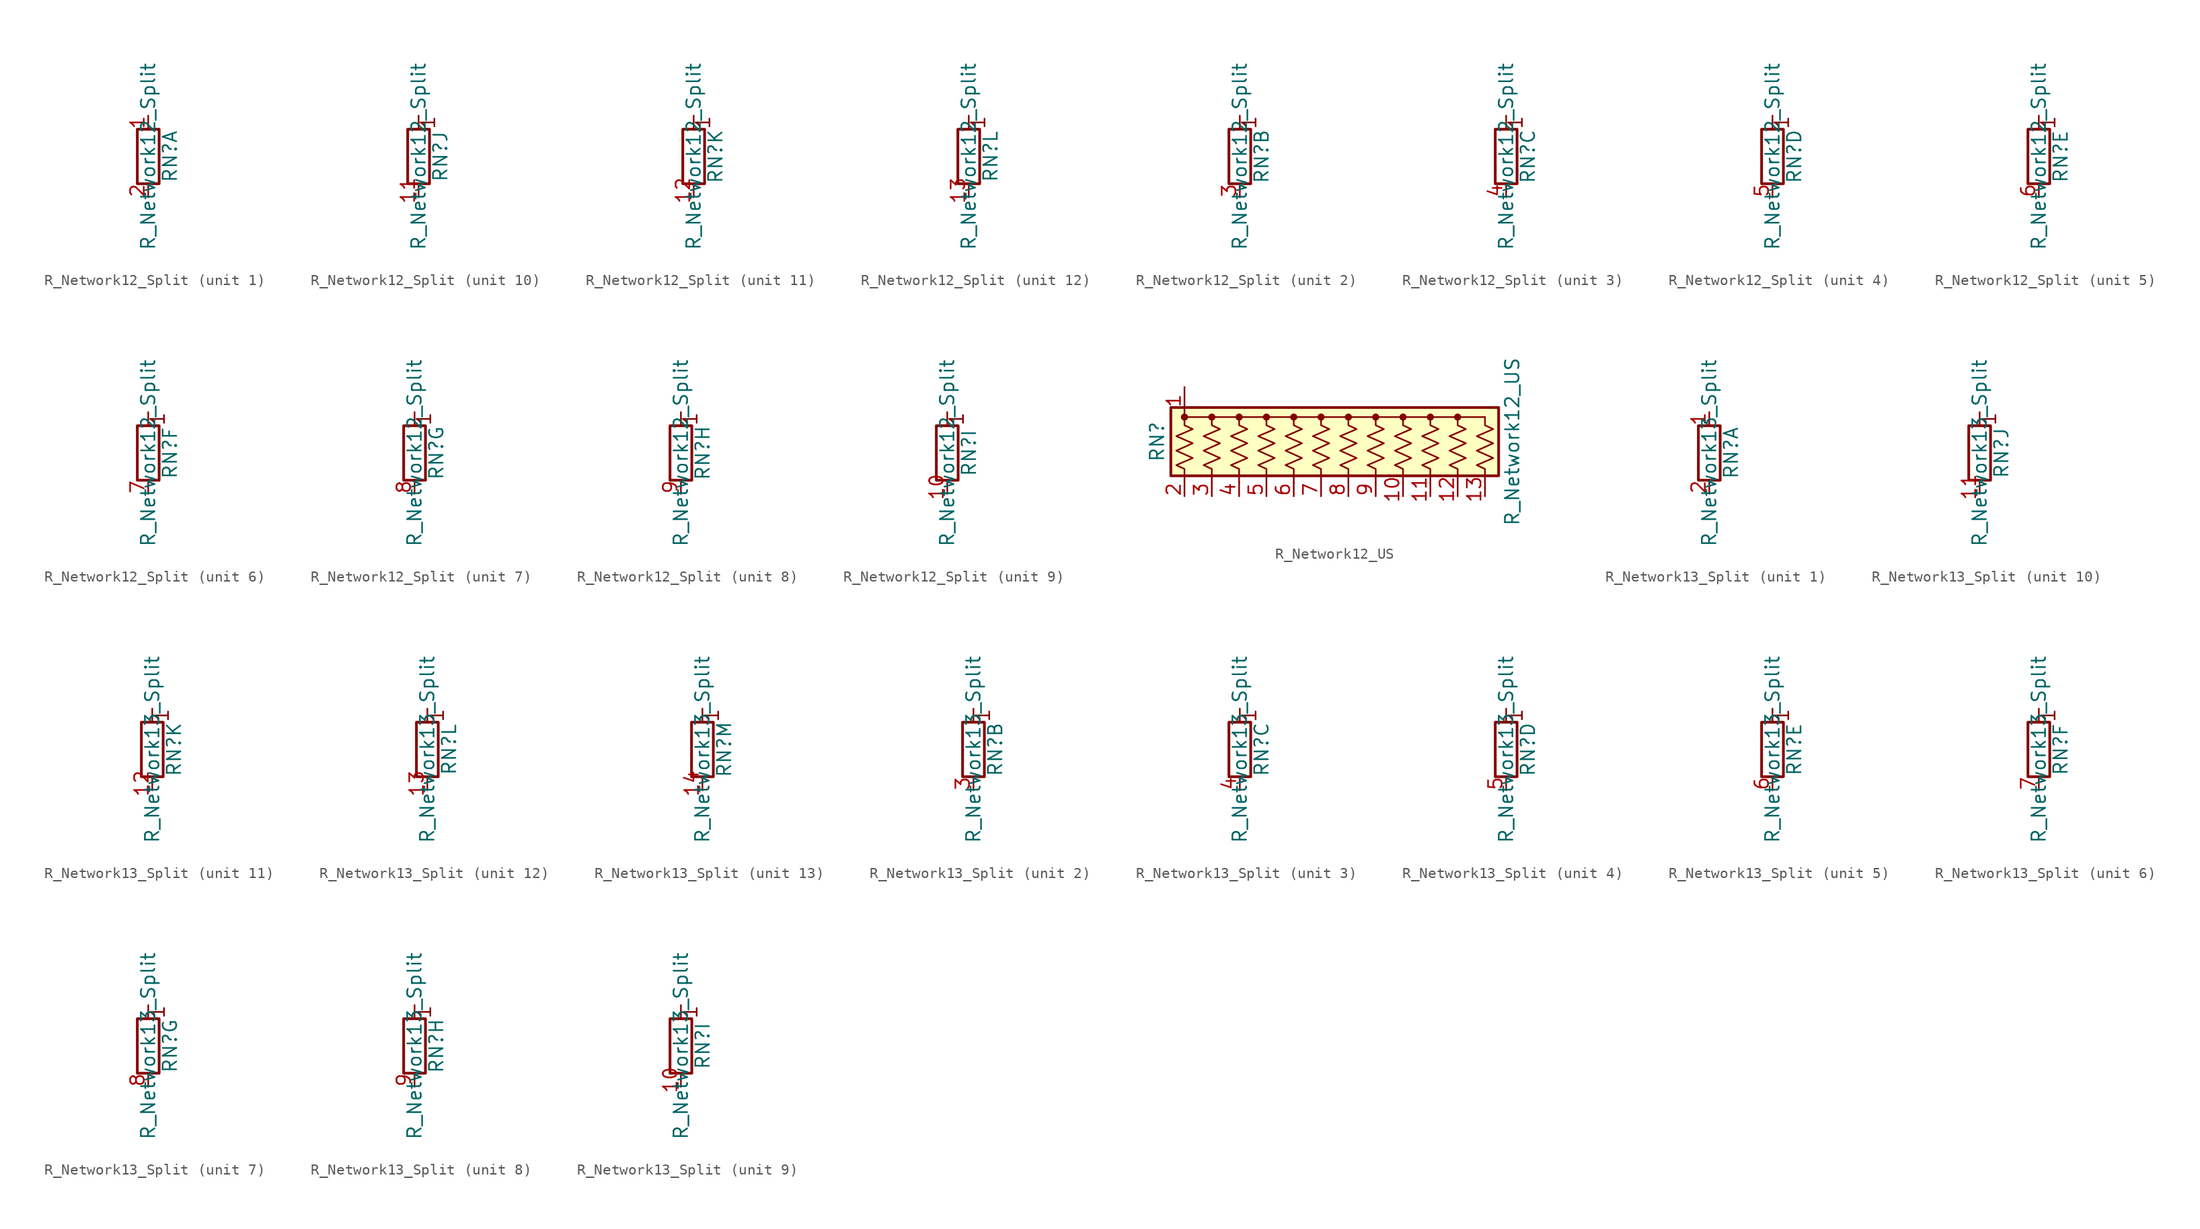
<source format=kicad_sym>
(kicad_symbol_lib
  (version 20201005)
  (generator kicad_symbol_editor)
  (symbol "R_Network12_Split"
    (pin_names
      (offset 0) hide)
    (property "Reference" "RN"
      (at 2.032 0 90)
      (effects (font (size 1.27 1.27))))
    (property "Value" "R_Network12_Split"
      (at 0 0 90)
      (effects (font (size 1.27 1.27))))
    (symbol "R_Network12_Split_0_1"
      (rectangle (start 1.016 2.54) (end -1.016 -2.54) (stroke (width 0.254)) (fill (type none))))
    (symbol "R_Network12_Split_1_1"
      (pin passive line (at 0 3.81 270) (length 1.27) (name "R1.1" (effects (font (size 1.27 1.27)))) (number "1" (effects (font (size 1.27 1.27)))))
      (pin passive line (at 0 -3.81 90) (length 1.27) (name "R1.2" (effects (font (size 1.27 1.27)))) (number "2" (effects (font (size 1.27 1.27))))))
    (symbol "R_Network12_Split_2_1"
      (text "1" (at 0.889 3.175 900) (effects (font (size 1.27 1.27))))
      (polyline (pts (xy 0 2.54) (xy 0 3.81)) (stroke (width 0)) (fill (type none)))
      (pin passive line (at 0 -3.81 90) (length 1.27) (name "R2.2" (effects (font (size 1.27 1.27)))) (number "3" (effects (font (size 1.27 1.27))))))
    (symbol "R_Network12_Split_3_1"
      (text "1" (at 0.889 3.175 900) (effects (font (size 1.27 1.27))))
      (polyline (pts (xy 0 2.54) (xy 0 3.81)) (stroke (width 0)) (fill (type none)))
      (pin passive line (at 0 -3.81 90) (length 1.27) (name "R3.2" (effects (font (size 1.27 1.27)))) (number "4" (effects (font (size 1.27 1.27))))))
    (symbol "R_Network12_Split_4_1"
      (text "1" (at 0.889 3.175 900) (effects (font (size 1.27 1.27))))
      (polyline (pts (xy 0 2.54) (xy 0 3.81)) (stroke (width 0)) (fill (type none)))
      (pin passive line (at 0 -3.81 90) (length 1.27) (name "R4.2" (effects (font (size 1.27 1.27)))) (number "5" (effects (font (size 1.27 1.27))))))
    (symbol "R_Network12_Split_5_1"
      (text "1" (at 0.889 3.175 900) (effects (font (size 1.27 1.27))))
      (polyline (pts (xy 0 2.54) (xy 0 3.81)) (stroke (width 0)) (fill (type none)))
      (pin passive line (at 0 -3.81 90) (length 1.27) (name "R5.2" (effects (font (size 1.27 1.27)))) (number "6" (effects (font (size 1.27 1.27))))))
    (symbol "R_Network12_Split_6_1"
      (text "1" (at 0.889 3.175 900) (effects (font (size 1.27 1.27))))
      (polyline (pts (xy 0 2.54) (xy 0 3.81)) (stroke (width 0)) (fill (type none)))
      (pin passive line (at 0 -3.81 90) (length 1.27) (name "R6.2" (effects (font (size 1.27 1.27)))) (number "7" (effects (font (size 1.27 1.27))))))
    (symbol "R_Network12_Split_7_1"
      (text "1" (at 0.889 3.175 900) (effects (font (size 1.27 1.27))))
      (polyline (pts (xy 0 2.54) (xy 0 3.81)) (stroke (width 0)) (fill (type none)))
      (pin passive line (at 0 -3.81 90) (length 1.27) (name "R7.2" (effects (font (size 1.27 1.27)))) (number "8" (effects (font (size 1.27 1.27))))))
    (symbol "R_Network12_Split_8_1"
      (text "1" (at 0.889 3.175 900) (effects (font (size 1.27 1.27))))
      (polyline (pts (xy 0 2.54) (xy 0 3.81)) (stroke (width 0)) (fill (type none)))
      (pin passive line (at 0 -3.81 90) (length 1.27) (name "R8.2" (effects (font (size 1.27 1.27)))) (number "9" (effects (font (size 1.27 1.27))))))
    (symbol "R_Network12_Split_9_1"
      (text "1" (at 0.889 3.175 900) (effects (font (size 1.27 1.27))))
      (polyline (pts (xy 0 2.54) (xy 0 3.81)) (stroke (width 0)) (fill (type none)))
      (pin passive line (at 0 -3.81 90) (length 1.27) (name "R9.2" (effects (font (size 1.27 1.27)))) (number "10" (effects (font (size 1.27 1.27))))))
    (symbol "R_Network12_Split_10_1"
      (text "1" (at 0.889 3.175 900) (effects (font (size 1.27 1.27))))
      (polyline (pts (xy 0 2.54) (xy 0 3.81)) (stroke (width 0)) (fill (type none)))
      (pin passive line (at 0 -3.81 90) (length 1.27) (name "R10.2" (effects (font (size 1.27 1.27)))) (number "11" (effects (font (size 1.27 1.27))))))
    (symbol "R_Network12_Split_11_1"
      (text "1" (at 0.889 3.175 900) (effects (font (size 1.27 1.27))))
      (polyline (pts (xy 0 2.54) (xy 0 3.81)) (stroke (width 0)) (fill (type none)))
      (pin passive line (at 0 -3.81 90) (length 1.27) (name "R11.2" (effects (font (size 1.27 1.27)))) (number "12" (effects (font (size 1.27 1.27))))))
    (symbol "R_Network12_Split_12_1"
      (text "1" (at 0.889 3.175 900) (effects (font (size 1.27 1.27))))
      (polyline (pts (xy 0 2.54) (xy 0 3.81)) (stroke (width 0)) (fill (type none)))
      (pin passive line (at 0 -3.81 90) (length 1.27) (name "R12.2" (effects (font (size 1.27 1.27)))) (number "13" (effects (font (size 1.27 1.27)))))))
  (symbol "R_Network12_US"
    (pin_names
      (offset 0) hide)
    (property "Reference" "RN"
      (at -17.78 0 90)
      (effects (font (size 1.27 1.27))))
    (property "Value" "R_Network12_US"
      (at 15.24 0 90)
      (effects (font (size 1.27 1.27))))
    (symbol "R_Network12_US_0_1"
      (circle (center -15.24 2.286) (radius 0.254) (stroke (width 0)) (fill (type outline)))
      (circle (center -12.7 2.286) (radius 0.254) (stroke (width 0)) (fill (type outline)))
      (circle (center -10.16 2.286) (radius 0.254) (stroke (width 0)) (fill (type outline)))
      (circle (center -7.62 2.286) (radius 0.254) (stroke (width 0)) (fill (type outline)))
      (circle (center -5.08 2.286) (radius 0.254) (stroke (width 0)) (fill (type outline)))
      (circle (center -2.54 2.286) (radius 0.254) (stroke (width 0)) (fill (type outline)))
      (circle (center 0 2.286) (radius 0.254) (stroke (width 0)) (fill (type outline)))
      (circle (center 2.54 2.286) (radius 0.254) (stroke (width 0)) (fill (type outline)))
      (circle (center 5.08 2.286) (radius 0.254) (stroke (width 0)) (fill (type outline)))
      (circle (center 7.62 2.286) (radius 0.254) (stroke (width 0)) (fill (type outline)))
      (circle (center 10.16 2.286) (radius 0.254) (stroke (width 0)) (fill (type outline)))
      (rectangle (start -16.51 -3.175) (end 13.97 3.175) (stroke (width 0.254)) (fill (type background)))
      (polyline (pts (xy -15.24 2.286) (xy 12.7 2.286)) (stroke (width 0)) (fill (type none)))
      (polyline (pts (xy -15.24 2.286) (xy -15.24 1.524) (xy -14.478 1.168) (xy -16.002 0.508) (xy -14.478 -0.152) (xy -16.002 -0.838) (xy -14.478 -1.524) (xy -16.002 -2.184) (xy -15.24 -2.54) (xy -15.24 -3.81)) (stroke (width 0)) (fill (type none)))
      (polyline (pts (xy -12.7 2.286) (xy -12.7 1.524) (xy -11.938 1.168) (xy -13.462 0.508) (xy -11.938 -0.152) (xy -13.462 -0.838) (xy -11.938 -1.524) (xy -13.462 -2.184) (xy -12.7 -2.54) (xy -12.7 -3.81)) (stroke (width 0)) (fill (type none)))
      (polyline (pts (xy -10.16 2.286) (xy -10.16 1.524) (xy -9.398 1.168) (xy -10.922 0.508) (xy -9.398 -0.152) (xy -10.922 -0.838) (xy -9.398 -1.524) (xy -10.922 -2.184) (xy -10.16 -2.54) (xy -10.16 -3.81)) (stroke (width 0)) (fill (type none)))
      (polyline (pts (xy -7.62 2.286) (xy -7.62 1.524) (xy -6.858 1.168) (xy -8.382 0.508) (xy -6.858 -0.152) (xy -8.382 -0.838) (xy -6.858 -1.524) (xy -8.382 -2.184) (xy -7.62 -2.54) (xy -7.62 -3.81)) (stroke (width 0)) (fill (type none)))
      (polyline (pts (xy -5.08 2.286) (xy -5.08 1.524) (xy -4.318 1.168) (xy -5.842 0.508) (xy -4.318 -0.152) (xy -5.842 -0.838) (xy -4.318 -1.524) (xy -5.842 -2.184) (xy -5.08 -2.54) (xy -5.08 -3.81)) (stroke (width 0)) (fill (type none)))
      (polyline (pts (xy -2.54 2.286) (xy -2.54 1.524) (xy -1.778 1.168) (xy -3.302 0.508) (xy -1.778 -0.152) (xy -3.302 -0.838) (xy -1.778 -1.524) (xy -3.302 -2.184) (xy -2.54 -2.54) (xy -2.54 -3.81)) (stroke (width 0)) (fill (type none)))
      (polyline (pts (xy 0 2.286) (xy 0 1.524) (xy 0.762 1.168) (xy -0.762 0.508) (xy 0.762 -0.152) (xy -0.762 -0.838) (xy 0.762 -1.524) (xy -0.762 -2.184) (xy 0 -2.54) (xy 0 -3.81)) (stroke (width 0)) (fill (type none)))
      (polyline (pts (xy 2.54 2.286) (xy 2.54 1.524) (xy 3.302 1.168) (xy 1.778 0.508) (xy 3.302 -0.152) (xy 1.778 -0.838) (xy 3.302 -1.524) (xy 1.778 -2.184) (xy 2.54 -2.54) (xy 2.54 -3.81)) (stroke (width 0)) (fill (type none)))
      (polyline (pts (xy 5.08 2.286) (xy 5.08 1.524) (xy 5.842 1.168) (xy 4.318 0.508) (xy 5.842 -0.152) (xy 4.318 -0.838) (xy 5.842 -1.524) (xy 4.318 -2.184) (xy 5.08 -2.54) (xy 5.08 -3.81)) (stroke (width 0)) (fill (type none)))
      (polyline (pts (xy 7.62 2.286) (xy 7.62 1.524) (xy 8.382 1.168) (xy 6.858 0.508) (xy 8.382 -0.152) (xy 6.858 -0.838) (xy 8.382 -1.524) (xy 6.858 -2.184) (xy 7.62 -2.54) (xy 7.62 -3.81)) (stroke (width 0)) (fill (type none)))
      (polyline (pts (xy 10.16 2.286) (xy 10.16 1.524) (xy 10.922 1.168) (xy 9.398 0.508) (xy 10.922 -0.152) (xy 9.398 -0.838) (xy 10.922 -1.524) (xy 9.398 -2.184) (xy 10.16 -2.54) (xy 10.16 -3.81)) (stroke (width 0)) (fill (type none)))
      (polyline (pts (xy 12.7 2.286) (xy 12.7 1.524) (xy 13.462 1.168) (xy 11.938 0.508) (xy 13.462 -0.152) (xy 11.938 -0.838) (xy 13.462 -1.524) (xy 11.938 -2.184) (xy 12.7 -2.54) (xy 12.7 -3.81)) (stroke (width 0)) (fill (type none))))
    (symbol "R_Network12_US_1_1"
      (pin passive line (at -15.24 5.08 270) (length 2.54) (name "common" (effects (font (size 1.27 1.27)))) (number "1" (effects (font (size 1.27 1.27)))))
      (pin passive line (at 5.08 -5.08 90) (length 1.27) (name "R9" (effects (font (size 1.27 1.27)))) (number "10" (effects (font (size 1.27 1.27)))))
      (pin passive line (at 7.62 -5.08 90) (length 1.27) (name "R10" (effects (font (size 1.27 1.27)))) (number "11" (effects (font (size 1.27 1.27)))))
      (pin passive line (at 10.16 -5.08 90) (length 1.27) (name "R11" (effects (font (size 1.27 1.27)))) (number "12" (effects (font (size 1.27 1.27)))))
      (pin passive line (at 12.7 -5.08 90) (length 1.27) (name "R12" (effects (font (size 1.27 1.27)))) (number "13" (effects (font (size 1.27 1.27)))))
      (pin passive line (at -15.24 -5.08 90) (length 1.27) (name "R1" (effects (font (size 1.27 1.27)))) (number "2" (effects (font (size 1.27 1.27)))))
      (pin passive line (at -12.7 -5.08 90) (length 1.27) (name "R2" (effects (font (size 1.27 1.27)))) (number "3" (effects (font (size 1.27 1.27)))))
      (pin passive line (at -10.16 -5.08 90) (length 1.27) (name "R3" (effects (font (size 1.27 1.27)))) (number "4" (effects (font (size 1.27 1.27)))))
      (pin passive line (at -7.62 -5.08 90) (length 1.27) (name "R4" (effects (font (size 1.27 1.27)))) (number "5" (effects (font (size 1.27 1.27)))))
      (pin passive line (at -5.08 -5.08 90) (length 1.27) (name "R5" (effects (font (size 1.27 1.27)))) (number "6" (effects (font (size 1.27 1.27)))))
      (pin passive line (at -2.54 -5.08 90) (length 1.27) (name "R6" (effects (font (size 1.27 1.27)))) (number "7" (effects (font (size 1.27 1.27)))))
      (pin passive line (at 0 -5.08 90) (length 1.27) (name "R7" (effects (font (size 1.27 1.27)))) (number "8" (effects (font (size 1.27 1.27)))))
      (pin passive line (at 2.54 -5.08 90) (length 1.27) (name "R8" (effects (font (size 1.27 1.27)))) (number "9" (effects (font (size 1.27 1.27)))))))
  (symbol "R_Network13_Split"
    (pin_names
      (offset 0) hide)
    (property "Reference" "RN"
      (at 2.032 0 90)
      (effects (font (size 1.27 1.27))))
    (property "Value" "R_Network13_Split"
      (at 0 0 90)
      (effects (font (size 1.27 1.27))))
    (symbol "R_Network13_Split_0_1"
      (rectangle (start 1.016 2.54) (end -1.016 -2.54) (stroke (width 0.254)) (fill (type none))))
    (symbol "R_Network13_Split_1_1"
      (pin passive line (at 0 3.81 270) (length 1.27) (name "R1.1" (effects (font (size 1.27 1.27)))) (number "1" (effects (font (size 1.27 1.27)))))
      (pin passive line (at 0 -3.81 90) (length 1.27) (name "R1.2" (effects (font (size 1.27 1.27)))) (number "2" (effects (font (size 1.27 1.27))))))
    (symbol "R_Network13_Split_2_1"
      (text "1" (at 0.889 3.175 900) (effects (font (size 1.27 1.27))))
      (polyline (pts (xy 0 2.54) (xy 0 3.81)) (stroke (width 0)) (fill (type none)))
      (pin passive line (at 0 -3.81 90) (length 1.27) (name "R2.2" (effects (font (size 1.27 1.27)))) (number "3" (effects (font (size 1.27 1.27))))))
    (symbol "R_Network13_Split_3_1"
      (text "1" (at 0.889 3.175 900) (effects (font (size 1.27 1.27))))
      (polyline (pts (xy 0 2.54) (xy 0 3.81)) (stroke (width 0)) (fill (type none)))
      (pin passive line (at 0 -3.81 90) (length 1.27) (name "R3.2" (effects (font (size 1.27 1.27)))) (number "4" (effects (font (size 1.27 1.27))))))
    (symbol "R_Network13_Split_4_1"
      (text "1" (at 0.889 3.175 900) (effects (font (size 1.27 1.27))))
      (polyline (pts (xy 0 2.54) (xy 0 3.81)) (stroke (width 0)) (fill (type none)))
      (pin passive line (at 0 -3.81 90) (length 1.27) (name "R4.2" (effects (font (size 1.27 1.27)))) (number "5" (effects (font (size 1.27 1.27))))))
    (symbol "R_Network13_Split_5_1"
      (text "1" (at 0.889 3.175 900) (effects (font (size 1.27 1.27))))
      (polyline (pts (xy 0 2.54) (xy 0 3.81)) (stroke (width 0)) (fill (type none)))
      (pin passive line (at 0 -3.81 90) (length 1.27) (name "R5.2" (effects (font (size 1.27 1.27)))) (number "6" (effects (font (size 1.27 1.27))))))
    (symbol "R_Network13_Split_6_1"
      (text "1" (at 0.889 3.175 900) (effects (font (size 1.27 1.27))))
      (polyline (pts (xy 0 2.54) (xy 0 3.81)) (stroke (width 0)) (fill (type none)))
      (pin passive line (at 0 -3.81 90) (length 1.27) (name "R6.2" (effects (font (size 1.27 1.27)))) (number "7" (effects (font (size 1.27 1.27))))))
    (symbol "R_Network13_Split_7_1"
      (text "1" (at 0.889 3.175 900) (effects (font (size 1.27 1.27))))
      (polyline (pts (xy 0 2.54) (xy 0 3.81)) (stroke (width 0)) (fill (type none)))
      (pin passive line (at 0 -3.81 90) (length 1.27) (name "R7.2" (effects (font (size 1.27 1.27)))) (number "8" (effects (font (size 1.27 1.27))))))
    (symbol "R_Network13_Split_8_1"
      (text "1" (at 0.889 3.175 900) (effects (font (size 1.27 1.27))))
      (polyline (pts (xy 0 2.54) (xy 0 3.81)) (stroke (width 0)) (fill (type none)))
      (pin passive line (at 0 -3.81 90) (length 1.27) (name "R8.2" (effects (font (size 1.27 1.27)))) (number "9" (effects (font (size 1.27 1.27))))))
    (symbol "R_Network13_Split_9_1"
      (text "1" (at 0.889 3.175 900) (effects (font (size 1.27 1.27))))
      (polyline (pts (xy 0 2.54) (xy 0 3.81)) (stroke (width 0)) (fill (type none)))
      (pin passive line (at 0 -3.81 90) (length 1.27) (name "R9.2" (effects (font (size 1.27 1.27)))) (number "10" (effects (font (size 1.27 1.27))))))
    (symbol "R_Network13_Split_10_1"
      (text "1" (at 0.889 3.175 900) (effects (font (size 1.27 1.27))))
      (polyline (pts (xy 0 2.54) (xy 0 3.81)) (stroke (width 0)) (fill (type none)))
      (pin passive line (at 0 -3.81 90) (length 1.27) (name "R10.2" (effects (font (size 1.27 1.27)))) (number "11" (effects (font (size 1.27 1.27))))))
    (symbol "R_Network13_Split_11_1"
      (text "1" (at 0.889 3.175 900) (effects (font (size 1.27 1.27))))
      (polyline (pts (xy 0 2.54) (xy 0 3.81)) (stroke (width 0)) (fill (type none)))
      (pin passive line (at 0 -3.81 90) (length 1.27) (name "R11.2" (effects (font (size 1.27 1.27)))) (number "12" (effects (font (size 1.27 1.27))))))
    (symbol "R_Network13_Split_12_1"
      (text "1" (at 0.889 3.175 900) (effects (font (size 1.27 1.27))))
      (polyline (pts (xy 0 2.54) (xy 0 3.81)) (stroke (width 0)) (fill (type none)))
      (pin passive line (at 0 -3.81 90) (length 1.27) (name "R12.2" (effects (font (size 1.27 1.27)))) (number "13" (effects (font (size 1.27 1.27))))))
    (symbol "R_Network13_Split_13_1"
      (text "1" (at 0.889 3.175 900) (effects (font (size 1.27 1.27))))
      (polyline (pts (xy 0 2.54) (xy 0 3.81)) (stroke (width 0)) (fill (type none)))
      (pin passive line (at 0 -3.81 90) (length 1.27) (name "R13.2" (effects (font (size 1.27 1.27)))) (number "14" (effects (font (size 1.27 1.27))))))))
</source>
